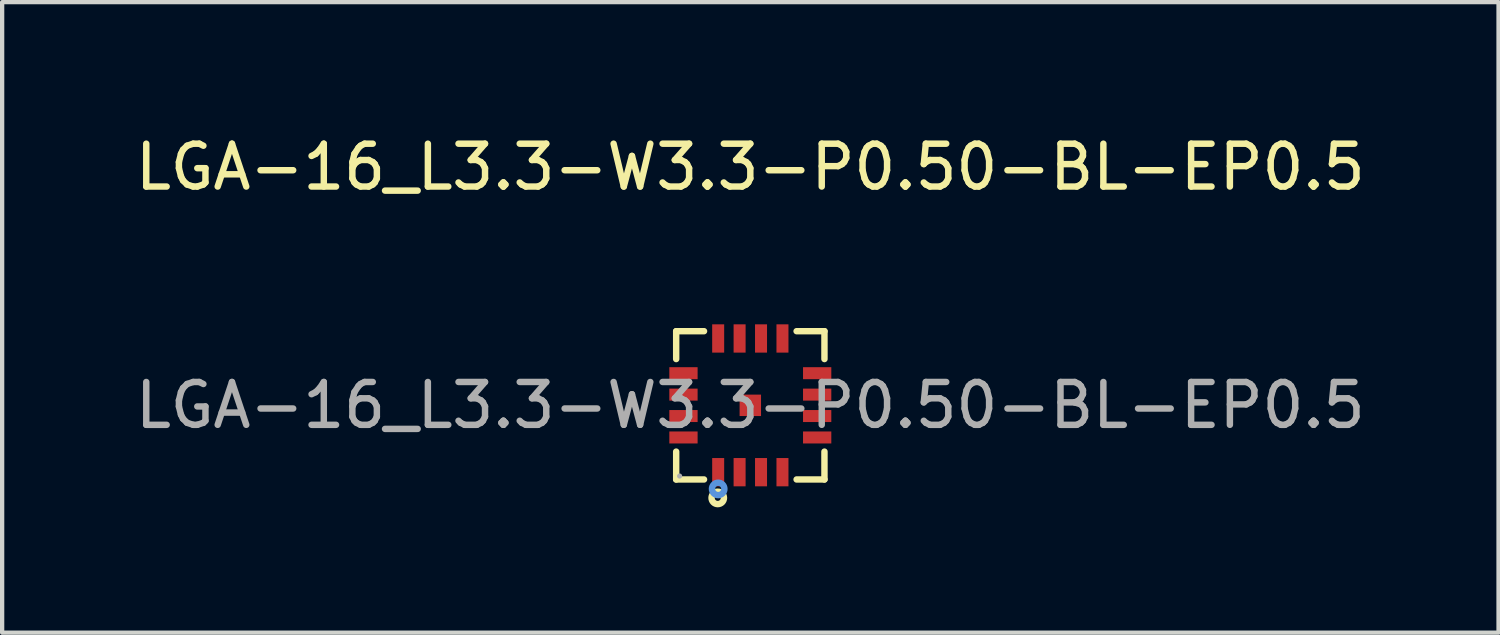
<source format=kicad_pcb>
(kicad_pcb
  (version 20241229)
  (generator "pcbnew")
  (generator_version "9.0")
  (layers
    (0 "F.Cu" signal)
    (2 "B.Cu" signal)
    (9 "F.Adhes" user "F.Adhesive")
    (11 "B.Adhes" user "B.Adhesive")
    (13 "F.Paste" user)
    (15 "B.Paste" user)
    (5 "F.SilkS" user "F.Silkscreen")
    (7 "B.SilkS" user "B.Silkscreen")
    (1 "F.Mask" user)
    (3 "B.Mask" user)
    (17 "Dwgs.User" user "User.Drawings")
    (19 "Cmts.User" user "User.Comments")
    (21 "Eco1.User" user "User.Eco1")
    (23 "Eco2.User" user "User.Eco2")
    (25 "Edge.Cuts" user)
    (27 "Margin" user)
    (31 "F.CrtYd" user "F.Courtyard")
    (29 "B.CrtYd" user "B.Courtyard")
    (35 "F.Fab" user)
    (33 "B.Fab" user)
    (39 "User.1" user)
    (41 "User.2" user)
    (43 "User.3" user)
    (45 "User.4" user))
  (footprint "LGA-16_L3.3-W3.3-P0.50-BL-EP0.5"
    (layer "F.Cu")
    (at 14.458 6.408)
    (property "Reference" "LGA-16_L3.3-W3.3-P0.50-BL-EP0.5" (at 0 -5.56 0) (layer "F.SilkS") (effects (font (size 1 1) (thickness 0.15))))
    (attr through_hole)
    (fp_line (start -1.73 -1.73) (end -1.08 -1.73) (stroke (width 0.15) (type solid)) (layer "F.SilkS"))
    (fp_line (start -1.73 -1.08) (end -1.73 -1.73) (stroke (width 0.15) (type solid)) (layer "F.SilkS"))
    (fp_line (start -1.73 1.08) (end -1.73 1.73) (stroke (width 0.15) (type solid)) (layer "F.SilkS"))
    (fp_line (start -1.73 1.73) (end -1.08 1.73) (stroke (width 0.15) (type solid)) (layer "F.SilkS"))
    (fp_line (start 1.73 -1.73) (end 1.08 -1.73) (stroke (width 0.15) (type solid)) (layer "F.SilkS"))
    (fp_line (start 1.73 -1.08) (end 1.73 -1.73) (stroke (width 0.15) (type solid)) (layer "F.SilkS"))
    (fp_line (start 1.73 1.08) (end 1.73 1.73) (stroke (width 0.15) (type solid)) (layer "F.SilkS"))
    (fp_line (start 1.73 1.73) (end 1.08 1.73) (stroke (width 0.15) (type solid)) (layer "F.SilkS"))
    (fp_circle (center -0.76 2.16) (end -0.69 2.16) (stroke (width 0.15) (type solid)) (fill no) (layer "F.SilkS"))
    (fp_circle (center -0.75 1.95) (end -0.68 1.95) (stroke (width 0.15) (type solid)) (fill no) (layer "Cmts.User"))
    (fp_circle (center -1.65 1.65) (end -1.62 1.65) (stroke (width 0.06) (type solid)) (fill no) (layer "F.Fab"))
    (fp_text user "${REFERENCE}" (at 0 0 0) (layer "F.Fab") (effects (font (size 1 1) (thickness 0.15))))
    (pad "1" smd rect (at -0.75 1.56) (size 0.28 0.66) (layers "F.Cu" "F.Mask" "F.Paste"))
    (pad "2" smd rect (at -0.25 1.56) (size 0.28 0.66) (layers "F.Cu" "F.Mask" "F.Paste"))
    (pad "3" smd rect (at 0.25 1.56) (size 0.28 0.66) (layers "F.Cu" "F.Mask" "F.Paste"))
    (pad "4" smd rect (at 0.75 1.56) (size 0.28 0.66) (layers "F.Cu" "F.Mask" "F.Paste"))
    (pad "5" smd rect (at 1.56 0.75) (size 0.66 0.28) (layers "F.Cu" "F.Mask" "F.Paste"))
    (pad "6" smd rect (at 1.56 0.25) (size 0.66 0.28) (layers "F.Cu" "F.Mask" "F.Paste"))
    (pad "7" smd rect (at 1.56 -0.25) (size 0.66 0.28) (layers "F.Cu" "F.Mask" "F.Paste"))
    (pad "8" smd rect (at 1.56 -0.75) (size 0.66 0.28) (layers "F.Cu" "F.Mask" "F.Paste"))
    (pad "9" smd rect (at 0.75 -1.56) (size 0.28 0.66) (layers "F.Cu" "F.Mask" "F.Paste"))
    (pad "10" smd rect (at 0.25 -1.56) (size 0.28 0.66) (layers "F.Cu" "F.Mask" "F.Paste"))
    (pad "11" smd rect (at -0.25 -1.56) (size 0.28 0.66) (layers "F.Cu" "F.Mask" "F.Paste"))
    (pad "12" smd rect (at -0.75 -1.56) (size 0.28 0.66) (layers "F.Cu" "F.Mask" "F.Paste"))
    (pad "13" smd rect (at -1.56 -0.75) (size 0.66 0.28) (layers "F.Cu" "F.Mask" "F.Paste"))
    (pad "14" smd rect (at -1.56 -0.25) (size 0.66 0.28) (layers "F.Cu" "F.Mask" "F.Paste"))
    (pad "15" smd rect (at -1.56 0.25) (size 0.66 0.28) (layers "F.Cu" "F.Mask" "F.Paste"))
    (pad "16" smd rect (at -1.56 0.75) (size 0.66 0.28) (layers "F.Cu" "F.Mask" "F.Paste"))
    (pad "17" smd rect (at 0 0) (size 0.5 0.5) (layers "F.Cu" "F.Mask" "F.Paste")))
  (gr_rect
    (start -3 -3)
    (end 31.917 11.713)
    (stroke (width 0.1) (type default))
    (fill no)
    (layer "Edge.Cuts")))
</source>
